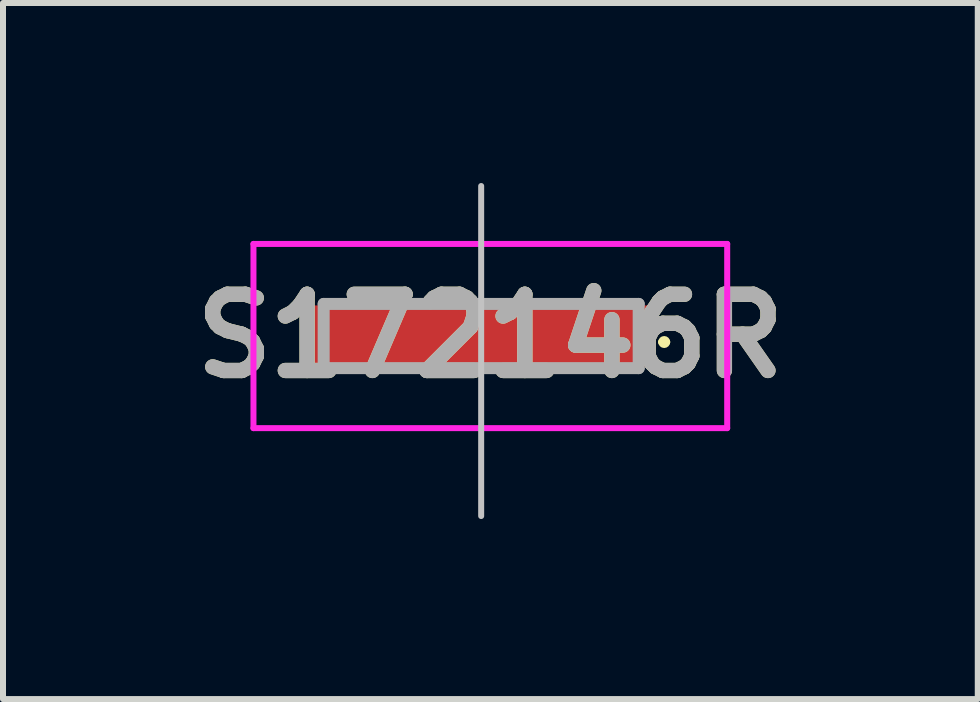
<source format=kicad_pcb>
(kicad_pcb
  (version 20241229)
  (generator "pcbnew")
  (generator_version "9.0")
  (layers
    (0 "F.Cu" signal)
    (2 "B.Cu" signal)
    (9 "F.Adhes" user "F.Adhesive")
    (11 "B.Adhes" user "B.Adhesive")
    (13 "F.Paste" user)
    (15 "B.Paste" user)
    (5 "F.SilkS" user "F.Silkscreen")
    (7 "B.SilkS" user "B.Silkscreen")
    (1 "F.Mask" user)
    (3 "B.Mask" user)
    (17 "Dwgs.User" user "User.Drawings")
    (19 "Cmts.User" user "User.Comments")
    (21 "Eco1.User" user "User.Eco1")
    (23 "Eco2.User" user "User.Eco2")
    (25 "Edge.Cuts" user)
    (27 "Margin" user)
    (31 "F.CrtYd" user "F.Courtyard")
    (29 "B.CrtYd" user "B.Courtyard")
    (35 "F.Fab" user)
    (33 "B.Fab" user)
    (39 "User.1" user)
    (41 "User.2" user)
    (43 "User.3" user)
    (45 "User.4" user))
  (footprint "S172146R"
    (layer "F.Cu")
    (at 4.969 2.55)
    (property "Reference" "S172146R" (at 0.153 0 0) (layer "F.SilkS") (effects (font (size 1.27 1.27) (thickness 0.254))))
    (attr smd)
    (fp_line (start 3 0.1) (end 3 0.1) (stroke (width 0.1) (type solid)) (layer "F.SilkS"))
    (fp_line (start 3.1 0.1) (end 3.1 0.1) (stroke (width 0.1) (type solid)) (layer "F.SilkS"))
    (fp_arc (start 3 0.1) (mid 3.05 0.05) (end 3.1 0.1) (stroke (width 0.1) (type solid)) (layer "F.SilkS"))
    (fp_arc (start 3.1 0.1) (mid 3.05 0.15) (end 3 0.1) (stroke (width 0.1) (type solid)) (layer "F.SilkS"))
    (fp_line (start 0 -2.5) (end 0 3) (stroke (width 0.1) (type default)) (layer "Dwgs.User"))
    (fp_line (start -3.795 -1.535) (end 4.1 -1.535) (stroke (width 0.1) (type solid)) (layer "F.CrtYd"))
    (fp_line (start -3.795 1.535) (end -3.795 -1.535) (stroke (width 0.1) (type solid)) (layer "F.CrtYd"))
    (fp_line (start 4.1 -1.535) (end 4.1 1.535) (stroke (width 0.1) (type solid)) (layer "F.CrtYd"))
    (fp_line (start 4.1 1.535) (end -3.795 1.535) (stroke (width 0.1) (type solid)) (layer "F.CrtYd"))
    (fp_line (start -2.625 -0.535) (end 2.625 -0.535) (stroke (width 0.2) (type solid)) (layer "F.Fab"))
    (fp_line (start -2.625 0.535) (end -2.625 -0.535) (stroke (width 0.2) (type solid)) (layer "F.Fab"))
    (fp_line (start 2.625 -0.535) (end 2.625 0.535) (stroke (width 0.2) (type solid)) (layer "F.Fab"))
    (fp_line (start 2.625 0.535) (end -2.625 0.535) (stroke (width 0.2) (type solid)) (layer "F.Fab"))
    (fp_text user "${REFERENCE}" (at 0.153 0 0) (layer "F.Fab") (effects (font (size 1.27 1.27) (thickness 0.254))))
    (pad "1" smd rect (at 0 0 90) (size 1.02 5.59) (layers "F.Cu" "F.Mask" "F.Paste")))
  (gr_rect
    (start -3 -3)
    (end 13.245 8.6)
    (stroke (width 0.1) (type default))
    (fill no)
    (layer "Edge.Cuts")))
</source>
